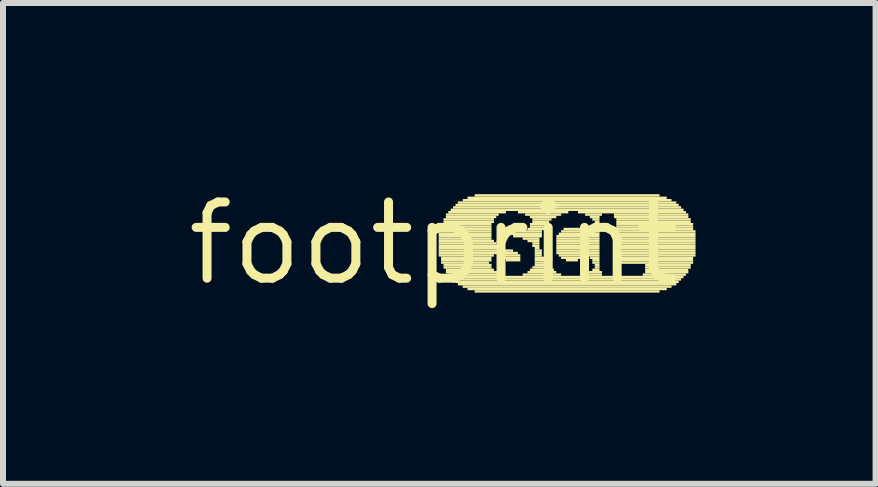
<source format=kicad_pcb>
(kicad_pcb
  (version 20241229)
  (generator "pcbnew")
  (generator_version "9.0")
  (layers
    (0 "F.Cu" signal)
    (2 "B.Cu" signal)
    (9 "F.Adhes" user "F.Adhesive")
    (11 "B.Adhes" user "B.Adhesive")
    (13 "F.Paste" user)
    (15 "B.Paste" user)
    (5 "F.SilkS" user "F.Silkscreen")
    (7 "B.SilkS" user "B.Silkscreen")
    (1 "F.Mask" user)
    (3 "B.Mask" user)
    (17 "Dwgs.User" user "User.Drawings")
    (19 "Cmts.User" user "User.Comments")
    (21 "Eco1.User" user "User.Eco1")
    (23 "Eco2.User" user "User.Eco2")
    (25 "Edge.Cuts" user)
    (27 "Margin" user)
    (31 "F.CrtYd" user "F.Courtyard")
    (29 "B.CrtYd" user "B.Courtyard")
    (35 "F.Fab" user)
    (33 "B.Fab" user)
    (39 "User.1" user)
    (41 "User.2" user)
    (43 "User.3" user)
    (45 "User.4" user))
  (footprint "footprint"
    (layer "F.Cu")
    (at 4.18 1.006)
    (property "Reference" "footprint" (at 0 0 0) (layer "F.SilkS") (effects (font (size 1.27 1.27) (thickness 0.15))))
    (fp_poly (pts (xy 0.08 -0.18) (xy 0.96 -0.18) (xy 0.96 -0.22) (xy 0.08 -0.22)) (stroke (width 0) (type solid)) (fill yes) (layer "F.SilkS"))
    (fp_poly (pts (xy 0.08 -0.14) (xy 0.96 -0.14) (xy 0.96 -0.18) (xy 0.08 -0.18)) (stroke (width 0) (type solid)) (fill yes) (layer "F.SilkS"))
    (fp_poly (pts (xy 0.08 -0.1) (xy 0.96 -0.1) (xy 0.96 -0.14) (xy 0.08 -0.14)) (stroke (width 0) (type solid)) (fill yes) (layer "F.SilkS"))
    (fp_poly (pts (xy 0.08 -0.06) (xy 0.96 -0.06) (xy 0.96 -0.1) (xy 0.08 -0.1)) (stroke (width 0) (type solid)) (fill yes) (layer "F.SilkS"))
    (fp_poly (pts (xy 0.08 -0.02) (xy 1 -0.02) (xy 1 -0.06) (xy 0.08 -0.06)) (stroke (width 0) (type solid)) (fill yes) (layer "F.SilkS"))
    (fp_poly (pts (xy 0.08 0.02) (xy 1.04 0.02) (xy 1.04 -0.02) (xy 0.08 -0.02)) (stroke (width 0) (type solid)) (fill yes) (layer "F.SilkS"))
    (fp_poly (pts (xy 0.08 0.06) (xy 1.08 0.06) (xy 1.08 0.02) (xy 0.08 0.02)) (stroke (width 0) (type solid)) (fill yes) (layer "F.SilkS"))
    (fp_poly (pts (xy 0.08 0.1) (xy 1.16 0.1) (xy 1.16 0.06) (xy 0.08 0.06)) (stroke (width 0) (type solid)) (fill yes) (layer "F.SilkS"))
    (fp_poly (pts (xy 0.08 0.14) (xy 1.32 0.14) (xy 1.32 0.1) (xy 0.08 0.1)) (stroke (width 0) (type solid)) (fill yes) (layer "F.SilkS"))
    (fp_poly (pts (xy 0.08 0.18) (xy 1.4 0.18) (xy 1.4 0.14) (xy 0.08 0.14)) (stroke (width 0) (type solid)) (fill yes) (layer "F.SilkS"))
    (fp_poly (pts (xy 0.08 0.22) (xy 1 0.22) (xy 1 0.18) (xy 0.08 0.18)) (stroke (width 0) (type solid)) (fill yes) (layer "F.SilkS"))
    (fp_poly (pts (xy 0.12 -0.3) (xy 0.96 -0.3) (xy 0.96 -0.34) (xy 0.12 -0.34)) (stroke (width 0) (type solid)) (fill yes) (layer "F.SilkS"))
    (fp_poly (pts (xy 0.12 -0.26) (xy 0.96 -0.26) (xy 0.96 -0.3) (xy 0.12 -0.3)) (stroke (width 0) (type solid)) (fill yes) (layer "F.SilkS"))
    (fp_poly (pts (xy 0.12 -0.22) (xy 0.96 -0.22) (xy 0.96 -0.26) (xy 0.12 -0.26)) (stroke (width 0) (type solid)) (fill yes) (layer "F.SilkS"))
    (fp_poly (pts (xy 0.12 0.26) (xy 0.96 0.26) (xy 0.96 0.22) (xy 0.12 0.22)) (stroke (width 0) (type solid)) (fill yes) (layer "F.SilkS"))
    (fp_poly (pts (xy 0.12 0.3) (xy 0.96 0.3) (xy 0.96 0.26) (xy 0.12 0.26)) (stroke (width 0) (type solid)) (fill yes) (layer "F.SilkS"))
    (fp_poly (pts (xy 0.12 0.34) (xy 0.92 0.34) (xy 0.92 0.3) (xy 0.12 0.3)) (stroke (width 0) (type solid)) (fill yes) (layer "F.SilkS"))
    (fp_poly (pts (xy 0.16 -0.38) (xy 1 -0.38) (xy 1 -0.42) (xy 0.16 -0.42)) (stroke (width 0) (type solid)) (fill yes) (layer "F.SilkS"))
    (fp_poly (pts (xy 0.16 -0.34) (xy 1 -0.34) (xy 1 -0.38) (xy 0.16 -0.38)) (stroke (width 0) (type solid)) (fill yes) (layer "F.SilkS"))
    (fp_poly (pts (xy 0.16 0.38) (xy 0.96 0.38) (xy 0.96 0.34) (xy 0.16 0.34)) (stroke (width 0) (type solid)) (fill yes) (layer "F.SilkS"))
    (fp_poly (pts (xy 0.16 0.42) (xy 0.96 0.42) (xy 0.96 0.38) (xy 0.16 0.38)) (stroke (width 0) (type solid)) (fill yes) (layer "F.SilkS"))
    (fp_poly (pts (xy 0.2 -0.46) (xy 1.08 -0.46) (xy 1.08 -0.5) (xy 0.2 -0.5)) (stroke (width 0) (type solid)) (fill yes) (layer "F.SilkS"))
    (fp_poly (pts (xy 0.2 -0.42) (xy 1.04 -0.42) (xy 1.04 -0.46) (xy 0.2 -0.46)) (stroke (width 0) (type solid)) (fill yes) (layer "F.SilkS"))
    (fp_poly (pts (xy 0.2 0.46) (xy 1 0.46) (xy 1 0.42) (xy 0.2 0.42)) (stroke (width 0) (type solid)) (fill yes) (layer "F.SilkS"))
    (fp_poly (pts (xy 0.2 0.5) (xy 1.08 0.5) (xy 1.08 0.46) (xy 0.2 0.46)) (stroke (width 0) (type solid)) (fill yes) (layer "F.SilkS"))
    (fp_poly (pts (xy 0.24 -0.5) (xy 1.2 -0.5) (xy 1.2 -0.54) (xy 0.24 -0.54)) (stroke (width 0) (type solid)) (fill yes) (layer "F.SilkS"))
    (fp_poly (pts (xy 0.24 0.54) (xy 1.12 0.54) (xy 1.12 0.5) (xy 0.24 0.5)) (stroke (width 0) (type solid)) (fill yes) (layer "F.SilkS"))
    (fp_poly (pts (xy 0.28 -0.54) (xy 4.16 -0.54) (xy 4.16 -0.58) (xy 0.28 -0.58)) (stroke (width 0) (type solid)) (fill yes) (layer "F.SilkS"))
    (fp_poly (pts (xy 0.28 0.58) (xy 4.16 0.58) (xy 4.16 0.54) (xy 0.28 0.54)) (stroke (width 0) (type solid)) (fill yes) (layer "F.SilkS"))
    (fp_poly (pts (xy 0.32 -0.58) (xy 4.12 -0.58) (xy 4.12 -0.62) (xy 0.32 -0.62)) (stroke (width 0) (type solid)) (fill yes) (layer "F.SilkS"))
    (fp_poly (pts (xy 0.32 0.62) (xy 4.12 0.62) (xy 4.12 0.58) (xy 0.32 0.58)) (stroke (width 0) (type solid)) (fill yes) (layer "F.SilkS"))
    (fp_poly (pts (xy 0.36 -0.62) (xy 4.08 -0.62) (xy 4.08 -0.66) (xy 0.36 -0.66)) (stroke (width 0) (type solid)) (fill yes) (layer "F.SilkS"))
    (fp_poly (pts (xy 0.36 0.66) (xy 4.08 0.66) (xy 4.08 0.62) (xy 0.36 0.62)) (stroke (width 0) (type solid)) (fill yes) (layer "F.SilkS"))
    (fp_poly (pts (xy 0.4 -0.66) (xy 4.04 -0.66) (xy 4.04 -0.7) (xy 0.4 -0.7)) (stroke (width 0) (type solid)) (fill yes) (layer "F.SilkS"))
    (fp_poly (pts (xy 0.4 0.7) (xy 4.04 0.7) (xy 4.04 0.66) (xy 0.4 0.66)) (stroke (width 0) (type solid)) (fill yes) (layer "F.SilkS"))
    (fp_poly (pts (xy 0.48 -0.7) (xy 3.96 -0.7) (xy 3.96 -0.74) (xy 0.48 -0.74)) (stroke (width 0) (type solid)) (fill yes) (layer "F.SilkS"))
    (fp_poly (pts (xy 0.48 0.74) (xy 3.96 0.74) (xy 3.96 0.7) (xy 0.48 0.7)) (stroke (width 0) (type solid)) (fill yes) (layer "F.SilkS"))
    (fp_poly (pts (xy 0.56 -0.74) (xy 3.88 -0.74) (xy 3.88 -0.78) (xy 0.56 -0.78)) (stroke (width 0) (type solid)) (fill yes) (layer "F.SilkS"))
    (fp_poly (pts (xy 0.56 0.78) (xy 3.88 0.78) (xy 3.88 0.74) (xy 0.56 0.74)) (stroke (width 0) (type solid)) (fill yes) (layer "F.SilkS"))
    (fp_poly (pts (xy 0.68 -0.78) (xy 3.76 -0.78) (xy 3.76 -0.82) (xy 0.68 -0.82)) (stroke (width 0) (type solid)) (fill yes) (layer "F.SilkS"))
    (fp_poly (pts (xy 0.68 0.82) (xy 3.76 0.82) (xy 3.76 0.78) (xy 0.68 0.78)) (stroke (width 0) (type solid)) (fill yes) (layer "F.SilkS"))
    (fp_poly (pts (xy 1.12 0.22) (xy 1.44 0.22) (xy 1.44 0.18) (xy 1.12 0.18)) (stroke (width 0) (type solid)) (fill yes) (layer "F.SilkS"))
    (fp_poly (pts (xy 1.16 0.26) (xy 1.44 0.26) (xy 1.44 0.22) (xy 1.16 0.22)) (stroke (width 0) (type solid)) (fill yes) (layer "F.SilkS"))
    (fp_poly (pts (xy 1.2 -0.22) (xy 1.44 -0.22) (xy 1.44 -0.26) (xy 1.2 -0.26)) (stroke (width 0) (type solid)) (fill yes) (layer "F.SilkS"))
    (fp_poly (pts (xy 1.2 -0.18) (xy 1.8 -0.18) (xy 1.8 -0.22) (xy 1.2 -0.22)) (stroke (width 0) (type solid)) (fill yes) (layer "F.SilkS"))
    (fp_poly (pts (xy 1.2 0.3) (xy 1.44 0.3) (xy 1.44 0.26) (xy 1.2 0.26)) (stroke (width 0) (type solid)) (fill yes) (layer "F.SilkS"))
    (fp_poly (pts (xy 1.24 -0.26) (xy 1.4 -0.26) (xy 1.4 -0.3) (xy 1.24 -0.3)) (stroke (width 0) (type solid)) (fill yes) (layer "F.SilkS"))
    (fp_poly (pts (xy 1.24 -0.14) (xy 1.8 -0.14) (xy 1.8 -0.18) (xy 1.24 -0.18)) (stroke (width 0) (type solid)) (fill yes) (layer "F.SilkS"))
    (fp_poly (pts (xy 1.32 -0.1) (xy 1.8 -0.1) (xy 1.8 -0.14) (xy 1.32 -0.14)) (stroke (width 0) (type solid)) (fill yes) (layer "F.SilkS"))
    (fp_poly (pts (xy 1.4 -0.5) (xy 2.24 -0.5) (xy 2.24 -0.54) (xy 1.4 -0.54)) (stroke (width 0) (type solid)) (fill yes) (layer "F.SilkS"))
    (fp_poly (pts (xy 1.48 -0.06) (xy 1.76 -0.06) (xy 1.76 -0.1) (xy 1.48 -0.1)) (stroke (width 0) (type solid)) (fill yes) (layer "F.SilkS"))
    (fp_poly (pts (xy 1.48 0.54) (xy 2.12 0.54) (xy 2.12 0.5) (xy 1.48 0.5)) (stroke (width 0) (type solid)) (fill yes) (layer "F.SilkS"))
    (fp_poly (pts (xy 1.52 -0.46) (xy 2.12 -0.46) (xy 2.12 -0.5) (xy 1.52 -0.5)) (stroke (width 0) (type solid)) (fill yes) (layer "F.SilkS"))
    (fp_poly (pts (xy 1.56 -0.22) (xy 1.84 -0.22) (xy 1.84 -0.26) (xy 1.56 -0.26)) (stroke (width 0) (type solid)) (fill yes) (layer "F.SilkS"))
    (fp_poly (pts (xy 1.56 -0.02) (xy 1.76 -0.02) (xy 1.76 -0.06) (xy 1.56 -0.06)) (stroke (width 0) (type solid)) (fill yes) (layer "F.SilkS"))
    (fp_poly (pts (xy 1.56 0.5) (xy 2.04 0.5) (xy 2.04 0.46) (xy 1.56 0.46)) (stroke (width 0) (type solid)) (fill yes) (layer "F.SilkS"))
    (fp_poly (pts (xy 1.6 -0.42) (xy 2.04 -0.42) (xy 2.04 -0.46) (xy 1.6 -0.46)) (stroke (width 0) (type solid)) (fill yes) (layer "F.SilkS"))
    (fp_poly (pts (xy 1.6 -0.3) (xy 1.88 -0.3) (xy 1.88 -0.34) (xy 1.6 -0.34)) (stroke (width 0) (type solid)) (fill yes) (layer "F.SilkS"))
    (fp_poly (pts (xy 1.6 -0.26) (xy 1.84 -0.26) (xy 1.84 -0.3) (xy 1.6 -0.3)) (stroke (width 0) (type solid)) (fill yes) (layer "F.SilkS"))
    (fp_poly (pts (xy 1.6 0.46) (xy 2 0.46) (xy 2 0.42) (xy 1.6 0.42)) (stroke (width 0) (type solid)) (fill yes) (layer "F.SilkS"))
    (fp_poly (pts (xy 1.64 -0.38) (xy 1.96 -0.38) (xy 1.96 -0.42) (xy 1.64 -0.42)) (stroke (width 0) (type solid)) (fill yes) (layer "F.SilkS"))
    (fp_poly (pts (xy 1.64 -0.34) (xy 1.92 -0.34) (xy 1.92 -0.38) (xy 1.64 -0.38)) (stroke (width 0) (type solid)) (fill yes) (layer "F.SilkS"))
    (fp_poly (pts (xy 1.64 0.02) (xy 1.76 0.02) (xy 1.76 -0.02) (xy 1.64 -0.02)) (stroke (width 0) (type solid)) (fill yes) (layer "F.SilkS"))
    (fp_poly (pts (xy 1.64 0.06) (xy 1.76 0.06) (xy 1.76 0.02) (xy 1.64 0.02)) (stroke (width 0) (type solid)) (fill yes) (layer "F.SilkS"))
    (fp_poly (pts (xy 1.64 0.42) (xy 1.92 0.42) (xy 1.92 0.38) (xy 1.64 0.38)) (stroke (width 0) (type solid)) (fill yes) (layer "F.SilkS"))
    (fp_poly (pts (xy 1.68 0.1) (xy 1.76 0.1) (xy 1.76 0.06) (xy 1.68 0.06)) (stroke (width 0) (type solid)) (fill yes) (layer "F.SilkS"))
    (fp_poly (pts (xy 1.68 0.14) (xy 1.8 0.14) (xy 1.8 0.1) (xy 1.68 0.1)) (stroke (width 0) (type solid)) (fill yes) (layer "F.SilkS"))
    (fp_poly (pts (xy 1.68 0.18) (xy 1.8 0.18) (xy 1.8 0.14) (xy 1.68 0.14)) (stroke (width 0) (type solid)) (fill yes) (layer "F.SilkS"))
    (fp_poly (pts (xy 1.68 0.22) (xy 1.8 0.22) (xy 1.8 0.18) (xy 1.68 0.18)) (stroke (width 0) (type solid)) (fill yes) (layer "F.SilkS"))
    (fp_poly (pts (xy 1.68 0.26) (xy 1.84 0.26) (xy 1.84 0.22) (xy 1.68 0.22)) (stroke (width 0) (type solid)) (fill yes) (layer "F.SilkS"))
    (fp_poly (pts (xy 1.68 0.3) (xy 1.84 0.3) (xy 1.84 0.26) (xy 1.68 0.26)) (stroke (width 0) (type solid)) (fill yes) (layer "F.SilkS"))
    (fp_poly (pts (xy 1.68 0.34) (xy 1.88 0.34) (xy 1.88 0.3) (xy 1.68 0.3)) (stroke (width 0) (type solid)) (fill yes) (layer "F.SilkS"))
    (fp_poly (pts (xy 1.68 0.38) (xy 1.88 0.38) (xy 1.88 0.34) (xy 1.68 0.34)) (stroke (width 0) (type solid)) (fill yes) (layer "F.SilkS"))
    (fp_poly (pts (xy 2.04 -0.1) (xy 2.76 -0.1) (xy 2.76 -0.14) (xy 2.04 -0.14)) (stroke (width 0) (type solid)) (fill yes) (layer "F.SilkS"))
    (fp_poly (pts (xy 2.04 -0.06) (xy 2.76 -0.06) (xy 2.76 -0.1) (xy 2.04 -0.1)) (stroke (width 0) (type solid)) (fill yes) (layer "F.SilkS"))
    (fp_poly (pts (xy 2.04 -0.02) (xy 2.76 -0.02) (xy 2.76 -0.06) (xy 2.04 -0.06)) (stroke (width 0) (type solid)) (fill yes) (layer "F.SilkS"))
    (fp_poly (pts (xy 2.04 0.02) (xy 2.76 0.02) (xy 2.76 -0.02) (xy 2.04 -0.02)) (stroke (width 0) (type solid)) (fill yes) (layer "F.SilkS"))
    (fp_poly (pts (xy 2.04 0.06) (xy 2.76 0.06) (xy 2.76 0.02) (xy 2.04 0.02)) (stroke (width 0) (type solid)) (fill yes) (layer "F.SilkS"))
    (fp_poly (pts (xy 2.04 0.1) (xy 2.76 0.1) (xy 2.76 0.06) (xy 2.04 0.06)) (stroke (width 0) (type solid)) (fill yes) (layer "F.SilkS"))
    (fp_poly (pts (xy 2.04 0.14) (xy 2.76 0.14) (xy 2.76 0.1) (xy 2.04 0.1)) (stroke (width 0) (type solid)) (fill yes) (layer "F.SilkS"))
    (fp_poly (pts (xy 2.04 0.18) (xy 2.76 0.18) (xy 2.76 0.14) (xy 2.04 0.14)) (stroke (width 0) (type solid)) (fill yes) (layer "F.SilkS"))
    (fp_poly (pts (xy 2.08 -0.14) (xy 2.76 -0.14) (xy 2.76 -0.18) (xy 2.08 -0.18)) (stroke (width 0) (type solid)) (fill yes) (layer "F.SilkS"))
    (fp_poly (pts (xy 2.08 0.22) (xy 2.76 0.22) (xy 2.76 0.18) (xy 2.08 0.18)) (stroke (width 0) (type solid)) (fill yes) (layer "F.SilkS"))
    (fp_poly (pts (xy 2.12 -0.18) (xy 2.52 -0.18) (xy 2.52 -0.22) (xy 2.12 -0.22)) (stroke (width 0) (type solid)) (fill yes) (layer "F.SilkS"))
    (fp_poly (pts (xy 2.12 0.26) (xy 2.48 0.26) (xy 2.48 0.22) (xy 2.12 0.22)) (stroke (width 0) (type solid)) (fill yes) (layer "F.SilkS"))
    (fp_poly (pts (xy 2.16 -0.22) (xy 2.44 -0.22) (xy 2.44 -0.26) (xy 2.16 -0.26)) (stroke (width 0) (type solid)) (fill yes) (layer "F.SilkS"))
    (fp_poly (pts (xy 2.2 0.3) (xy 2.4 0.3) (xy 2.4 0.26) (xy 2.2 0.26)) (stroke (width 0) (type solid)) (fill yes) (layer "F.SilkS"))
    (fp_poly (pts (xy 2.4 -0.5) (xy 4.2 -0.5) (xy 4.2 -0.54) (xy 2.4 -0.54)) (stroke (width 0) (type solid)) (fill yes) (layer "F.SilkS"))
    (fp_poly (pts (xy 2.48 0.54) (xy 2.8 0.54) (xy 2.8 0.5) (xy 2.48 0.5)) (stroke (width 0) (type solid)) (fill yes) (layer "F.SilkS"))
    (fp_poly (pts (xy 2.52 -0.46) (xy 2.8 -0.46) (xy 2.8 -0.5) (xy 2.52 -0.5)) (stroke (width 0) (type solid)) (fill yes) (layer "F.SilkS"))
    (fp_poly (pts (xy 2.56 -0.18) (xy 2.76 -0.18) (xy 2.76 -0.22) (xy 2.56 -0.22)) (stroke (width 0) (type solid)) (fill yes) (layer "F.SilkS"))
    (fp_poly (pts (xy 2.56 0.5) (xy 2.8 0.5) (xy 2.8 0.46) (xy 2.56 0.46)) (stroke (width 0) (type solid)) (fill yes) (layer "F.SilkS"))
    (fp_poly (pts (xy 2.6 -0.42) (xy 2.76 -0.42) (xy 2.76 -0.46) (xy 2.6 -0.46)) (stroke (width 0) (type solid)) (fill yes) (layer "F.SilkS"))
    (fp_poly (pts (xy 2.6 -0.22) (xy 2.76 -0.22) (xy 2.76 -0.26) (xy 2.6 -0.26)) (stroke (width 0) (type solid)) (fill yes) (layer "F.SilkS"))
    (fp_poly (pts (xy 2.6 0.26) (xy 2.76 0.26) (xy 2.76 0.22) (xy 2.6 0.22)) (stroke (width 0) (type solid)) (fill yes) (layer "F.SilkS"))
    (fp_poly (pts (xy 2.64 -0.38) (xy 2.76 -0.38) (xy 2.76 -0.42) (xy 2.64 -0.42)) (stroke (width 0) (type solid)) (fill yes) (layer "F.SilkS"))
    (fp_poly (pts (xy 2.64 -0.26) (xy 2.76 -0.26) (xy 2.76 -0.3) (xy 2.64 -0.3)) (stroke (width 0) (type solid)) (fill yes) (layer "F.SilkS"))
    (fp_poly (pts (xy 2.64 0.3) (xy 2.76 0.3) (xy 2.76 0.26) (xy 2.64 0.26)) (stroke (width 0) (type solid)) (fill yes) (layer "F.SilkS"))
    (fp_poly (pts (xy 2.64 0.34) (xy 2.76 0.34) (xy 2.76 0.3) (xy 2.64 0.3)) (stroke (width 0) (type solid)) (fill yes) (layer "F.SilkS"))
    (fp_poly (pts (xy 2.64 0.46) (xy 2.76 0.46) (xy 2.76 0.42) (xy 2.64 0.42)) (stroke (width 0) (type solid)) (fill yes) (layer "F.SilkS"))
    (fp_poly (pts (xy 2.68 -0.34) (xy 2.76 -0.34) (xy 2.76 -0.38) (xy 2.68 -0.38)) (stroke (width 0) (type solid)) (fill yes) (layer "F.SilkS"))
    (fp_poly (pts (xy 2.68 -0.3) (xy 2.76 -0.3) (xy 2.76 -0.34) (xy 2.68 -0.34)) (stroke (width 0) (type solid)) (fill yes) (layer "F.SilkS"))
    (fp_poly (pts (xy 2.68 0.38) (xy 2.76 0.38) (xy 2.76 0.34) (xy 2.68 0.34)) (stroke (width 0) (type solid)) (fill yes) (layer "F.SilkS"))
    (fp_poly (pts (xy 2.68 0.42) (xy 2.76 0.42) (xy 2.76 0.38) (xy 2.68 0.38)) (stroke (width 0) (type solid)) (fill yes) (layer "F.SilkS"))
    (fp_poly (pts (xy 3 -0.46) (xy 4.24 -0.46) (xy 4.24 -0.5) (xy 3 -0.5)) (stroke (width 0) (type solid)) (fill yes) (layer "F.SilkS"))
    (fp_poly (pts (xy 3 -0.42) (xy 4.24 -0.42) (xy 4.24 -0.46) (xy 3 -0.46)) (stroke (width 0) (type solid)) (fill yes) (layer "F.SilkS"))
    (fp_poly (pts (xy 3.04 -0.38) (xy 4.28 -0.38) (xy 4.28 -0.42) (xy 3.04 -0.42)) (stroke (width 0) (type solid)) (fill yes) (layer "F.SilkS"))
    (fp_poly (pts (xy 3.04 -0.34) (xy 4.28 -0.34) (xy 4.28 -0.38) (xy 3.04 -0.38)) (stroke (width 0) (type solid)) (fill yes) (layer "F.SilkS"))
    (fp_poly (pts (xy 3.04 -0.3) (xy 4.32 -0.3) (xy 4.32 -0.34) (xy 3.04 -0.34)) (stroke (width 0) (type solid)) (fill yes) (layer "F.SilkS"))
    (fp_poly (pts (xy 3.04 -0.26) (xy 4.32 -0.26) (xy 4.32 -0.3) (xy 3.04 -0.3)) (stroke (width 0) (type solid)) (fill yes) (layer "F.SilkS"))
    (fp_poly (pts (xy 3.04 -0.22) (xy 4.32 -0.22) (xy 4.32 -0.26) (xy 3.04 -0.26)) (stroke (width 0) (type solid)) (fill yes) (layer "F.SilkS"))
    (fp_poly (pts (xy 3.04 -0.18) (xy 4.36 -0.18) (xy 4.36 -0.22) (xy 3.04 -0.22)) (stroke (width 0) (type solid)) (fill yes) (layer "F.SilkS"))
    (fp_poly (pts (xy 3.04 -0.14) (xy 4.36 -0.14) (xy 4.36 -0.18) (xy 3.04 -0.18)) (stroke (width 0) (type solid)) (fill yes) (layer "F.SilkS"))
    (fp_poly (pts (xy 3.04 -0.1) (xy 4.36 -0.1) (xy 4.36 -0.14) (xy 3.04 -0.14)) (stroke (width 0) (type solid)) (fill yes) (layer "F.SilkS"))
    (fp_poly (pts (xy 3.04 -0.06) (xy 4.36 -0.06) (xy 4.36 -0.1) (xy 3.04 -0.1)) (stroke (width 0) (type solid)) (fill yes) (layer "F.SilkS"))
    (fp_poly (pts (xy 3.04 -0.02) (xy 4.36 -0.02) (xy 4.36 -0.06) (xy 3.04 -0.06)) (stroke (width 0) (type solid)) (fill yes) (layer "F.SilkS"))
    (fp_poly (pts (xy 3.04 0.02) (xy 4.36 0.02) (xy 4.36 -0.02) (xy 3.04 -0.02)) (stroke (width 0) (type solid)) (fill yes) (layer "F.SilkS"))
    (fp_poly (pts (xy 3.04 0.06) (xy 4.36 0.06) (xy 4.36 0.02) (xy 3.04 0.02)) (stroke (width 0) (type solid)) (fill yes) (layer "F.SilkS"))
    (fp_poly (pts (xy 3.04 0.1) (xy 4.36 0.1) (xy 4.36 0.06) (xy 3.04 0.06)) (stroke (width 0) (type solid)) (fill yes) (layer "F.SilkS"))
    (fp_poly (pts (xy 3.04 0.14) (xy 4.36 0.14) (xy 4.36 0.1) (xy 3.04 0.1)) (stroke (width 0) (type solid)) (fill yes) (layer "F.SilkS"))
    (fp_poly (pts (xy 3.04 0.18) (xy 4.36 0.18) (xy 4.36 0.14) (xy 3.04 0.14)) (stroke (width 0) (type solid)) (fill yes) (layer "F.SilkS"))
    (fp_poly (pts (xy 3.04 0.22) (xy 4.36 0.22) (xy 4.36 0.18) (xy 3.04 0.18)) (stroke (width 0) (type solid)) (fill yes) (layer "F.SilkS"))
    (fp_poly (pts (xy 3.04 0.26) (xy 4.32 0.26) (xy 4.32 0.22) (xy 3.04 0.22)) (stroke (width 0) (type solid)) (fill yes) (layer "F.SilkS"))
    (fp_poly (pts (xy 3.04 0.3) (xy 4.32 0.3) (xy 4.32 0.26) (xy 3.04 0.26)) (stroke (width 0) (type solid)) (fill yes) (layer "F.SilkS"))
    (fp_poly (pts (xy 3.04 0.34) (xy 4.32 0.34) (xy 4.32 0.3) (xy 3.04 0.3)) (stroke (width 0) (type solid)) (fill yes) (layer "F.SilkS"))
    (fp_poly (pts (xy 3.48 0.54) (xy 4.2 0.54) (xy 4.2 0.5) (xy 3.48 0.5)) (stroke (width 0) (type solid)) (fill yes) (layer "F.SilkS"))
    (fp_poly (pts (xy 3.52 0.38) (xy 4.28 0.38) (xy 4.28 0.34) (xy 3.52 0.34)) (stroke (width 0) (type solid)) (fill yes) (layer "F.SilkS"))
    (fp_poly (pts (xy 3.52 0.42) (xy 4.28 0.42) (xy 4.28 0.38) (xy 3.52 0.38)) (stroke (width 0) (type solid)) (fill yes) (layer "F.SilkS"))
    (fp_poly (pts (xy 3.52 0.46) (xy 4.24 0.46) (xy 4.24 0.42) (xy 3.52 0.42)) (stroke (width 0) (type solid)) (fill yes) (layer "F.SilkS"))
    (fp_poly (pts (xy 3.52 0.5) (xy 4.24 0.5) (xy 4.24 0.46) (xy 3.52 0.46)) (stroke (width 0) (type solid)) (fill yes) (layer "F.SilkS")))
  (gr_rect
    (start -3 -3)
    (end 11.54 5.012)
    (stroke (width 0.1) (type default))
    (fill no)
    (layer "Edge.Cuts")))
</source>
